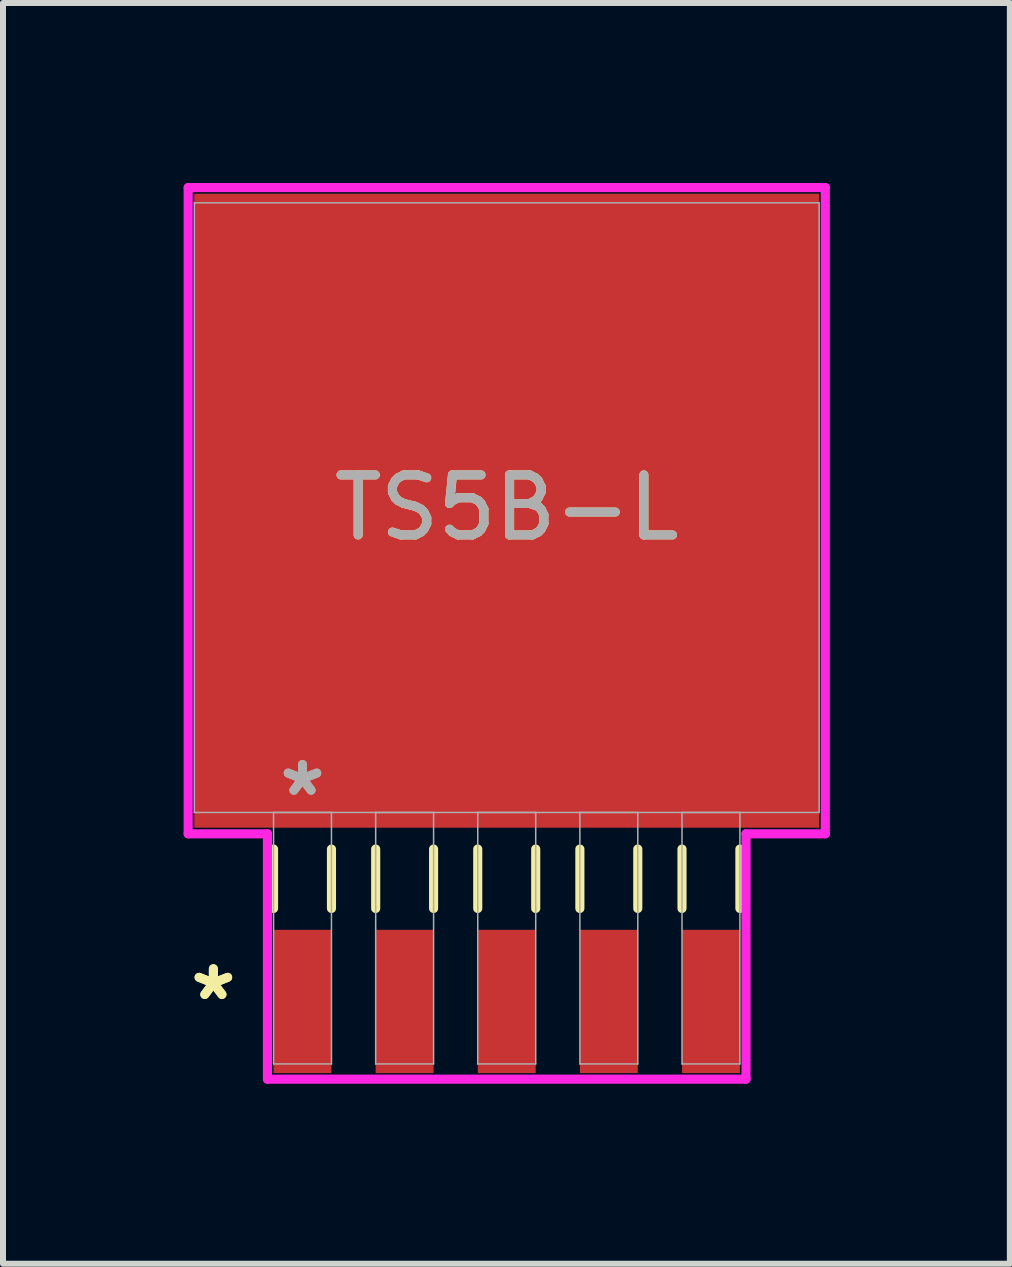
<source format=kicad_pcb>
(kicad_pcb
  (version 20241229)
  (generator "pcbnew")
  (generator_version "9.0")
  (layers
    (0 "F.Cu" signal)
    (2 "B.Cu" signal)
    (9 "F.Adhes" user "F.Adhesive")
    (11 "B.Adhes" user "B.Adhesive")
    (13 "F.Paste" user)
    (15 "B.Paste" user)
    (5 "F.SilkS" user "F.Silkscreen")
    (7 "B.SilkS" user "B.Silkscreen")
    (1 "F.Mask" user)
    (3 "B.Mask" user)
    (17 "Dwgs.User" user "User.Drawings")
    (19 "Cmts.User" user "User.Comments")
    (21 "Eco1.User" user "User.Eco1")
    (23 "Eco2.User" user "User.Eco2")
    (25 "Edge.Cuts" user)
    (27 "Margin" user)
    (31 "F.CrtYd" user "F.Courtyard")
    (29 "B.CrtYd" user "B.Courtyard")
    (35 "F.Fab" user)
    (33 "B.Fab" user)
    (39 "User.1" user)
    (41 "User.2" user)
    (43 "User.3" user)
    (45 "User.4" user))
  (footprint "TS5B-L"
    (layer "F.Cu")
    (at 5.395 5.41)
    (property "Reference" "TS5B-L" (at 0 0 0) (unlocked yes) (layer "F.SilkS") (effects (font (size 1 1) (thickness 0.15))))
    (attr smd)
    (fp_line (start -3.886 5.69) (end -3.886 6.68) (stroke (width 0.152) (type solid)) (layer "F.SilkS"))
    (fp_line (start -2.921 5.69) (end -2.921 6.68) (stroke (width 0.152) (type solid)) (layer "F.SilkS"))
    (fp_line (start -2.184 5.69) (end -2.184 6.68) (stroke (width 0.152) (type solid)) (layer "F.SilkS"))
    (fp_line (start -1.219 5.69) (end -1.219 6.68) (stroke (width 0.152) (type solid)) (layer "F.SilkS"))
    (fp_line (start -0.483 5.69) (end -0.483 6.68) (stroke (width 0.152) (type solid)) (layer "F.SilkS"))
    (fp_line (start 0.483 5.69) (end 0.483 6.68) (stroke (width 0.152) (type solid)) (layer "F.SilkS"))
    (fp_line (start 1.219 5.69) (end 1.219 6.68) (stroke (width 0.152) (type solid)) (layer "F.SilkS"))
    (fp_line (start 2.184 5.69) (end 2.184 6.68) (stroke (width 0.152) (type solid)) (layer "F.SilkS"))
    (fp_line (start 2.921 5.69) (end 2.921 6.68) (stroke (width 0.152) (type solid)) (layer "F.SilkS"))
    (fp_line (start 3.886 5.69) (end 3.886 6.68) (stroke (width 0.152) (type solid)) (layer "F.SilkS"))
    (fp_line (start -5.309 -5.334) (end 5.309 -5.334) (stroke (width 0.152) (type solid)) (layer "F.CrtYd"))
    (fp_line (start -5.309 5.436) (end -5.309 -5.334) (stroke (width 0.152) (type solid)) (layer "F.CrtYd"))
    (fp_line (start -3.988 5.436) (end -5.309 5.436) (stroke (width 0.152) (type solid)) (layer "F.CrtYd"))
    (fp_line (start -3.988 9.525) (end -3.988 5.436) (stroke (width 0.152) (type solid)) (layer "F.CrtYd"))
    (fp_line (start 3.988 5.436) (end 3.988 9.525) (stroke (width 0.152) (type solid)) (layer "F.CrtYd"))
    (fp_line (start 3.988 9.525) (end -3.988 9.525) (stroke (width 0.152) (type solid)) (layer "F.CrtYd"))
    (fp_line (start 5.309 -5.334) (end 5.309 5.436) (stroke (width 0.152) (type solid)) (layer "F.CrtYd"))
    (fp_line (start 5.309 5.436) (end 3.988 5.436) (stroke (width 0.152) (type solid)) (layer "F.CrtYd"))
    (fp_line (start -5.207 -5.08) (end -5.207 5.08) (stroke (width 0.025) (type solid)) (layer "F.Fab"))
    (fp_line (start -5.207 5.08) (end 5.207 5.08) (stroke (width 0.025) (type solid)) (layer "F.Fab"))
    (fp_line (start -3.886 5.08) (end -3.886 9.271) (stroke (width 0.025) (type solid)) (layer "F.Fab"))
    (fp_line (start -3.886 9.271) (end -2.921 9.271) (stroke (width 0.025) (type solid)) (layer "F.Fab"))
    (fp_line (start -2.921 5.08) (end -3.886 5.08) (stroke (width 0.025) (type solid)) (layer "F.Fab"))
    (fp_line (start -2.921 9.271) (end -2.921 5.08) (stroke (width 0.025) (type solid)) (layer "F.Fab"))
    (fp_line (start -2.184 5.08) (end -2.184 9.271) (stroke (width 0.025) (type solid)) (layer "F.Fab"))
    (fp_line (start -2.184 9.271) (end -1.219 9.271) (stroke (width 0.025) (type solid)) (layer "F.Fab"))
    (fp_line (start -1.219 5.08) (end -2.184 5.08) (stroke (width 0.025) (type solid)) (layer "F.Fab"))
    (fp_line (start -1.219 9.271) (end -1.219 5.08) (stroke (width 0.025) (type solid)) (layer "F.Fab"))
    (fp_line (start -0.483 5.08) (end -0.483 9.271) (stroke (width 0.025) (type solid)) (layer "F.Fab"))
    (fp_line (start -0.483 9.271) (end 0.483 9.271) (stroke (width 0.025) (type solid)) (layer "F.Fab"))
    (fp_line (start 0.483 5.08) (end -0.483 5.08) (stroke (width 0.025) (type solid)) (layer "F.Fab"))
    (fp_line (start 0.483 9.271) (end 0.483 5.08) (stroke (width 0.025) (type solid)) (layer "F.Fab"))
    (fp_line (start 1.219 5.08) (end 1.219 9.271) (stroke (width 0.025) (type solid)) (layer "F.Fab"))
    (fp_line (start 1.219 9.271) (end 2.184 9.271) (stroke (width 0.025) (type solid)) (layer "F.Fab"))
    (fp_line (start 2.184 5.08) (end 1.219 5.08) (stroke (width 0.025) (type solid)) (layer "F.Fab"))
    (fp_line (start 2.184 9.271) (end 2.184 5.08) (stroke (width 0.025) (type solid)) (layer "F.Fab"))
    (fp_line (start 2.921 5.08) (end 2.921 9.271) (stroke (width 0.025) (type solid)) (layer "F.Fab"))
    (fp_line (start 2.921 9.271) (end 3.886 9.271) (stroke (width 0.025) (type solid)) (layer "F.Fab"))
    (fp_line (start 3.886 5.08) (end 2.921 5.08) (stroke (width 0.025) (type solid)) (layer "F.Fab"))
    (fp_line (start 3.886 9.271) (end 3.886 5.08) (stroke (width 0.025) (type solid)) (layer "F.Fab"))
    (fp_line (start 5.207 -5.08) (end -5.207 -5.08) (stroke (width 0.025) (type solid)) (layer "F.Fab"))
    (fp_line (start 5.207 5.08) (end 5.207 -5.08) (stroke (width 0.025) (type solid)) (layer "F.Fab"))
    (fp_text user "*" (at -4.889 8.23 0) (unlocked yes) (layer "F.SilkS") (effects (font (size 1 1) (thickness 0.15))))
    (fp_text user "*" (at -4.889 8.23 0) (layer "F.SilkS") (effects (font (size 1 1) (thickness 0.15))))
    (fp_text user "*" (at -3.404 4.826 0) (layer "F.Fab") (effects (font (size 1 1) (thickness 0.15))))
    (fp_text user "${REFERENCE}" (at 0 0 0) (unlocked yes) (layer "F.Fab") (effects (font (size 1 1) (thickness 0.15))))
    (fp_text user "*" (at -3.404 4.826 0) (unlocked yes) (layer "F.Fab") (effects (font (size 1 1) (thickness 0.15))))
    (pad "1" smd rect (at -3.404 8.23) (size 0.965 2.388) (layers "F.Cu" "F.Mask" "F.Paste"))
    (pad "2" smd rect (at -1.702 8.23) (size 0.965 2.388) (layers "F.Cu" "F.Mask" "F.Paste"))
    (pad "3" smd rect (at 0 8.23) (size 0.965 2.388) (layers "F.Cu" "F.Mask" "F.Paste"))
    (pad "4" smd rect (at 1.702 8.23) (size 0.965 2.388) (layers "F.Cu" "F.Mask" "F.Paste"))
    (pad "5" smd rect (at 3.404 8.23) (size 0.965 2.388) (layers "F.Cu" "F.Mask" "F.Paste"))
    (pad "6" smd rect (at 0 0.051) (size 10.414 10.566) (layers "F.Cu" "F.Mask" "F.Paste")))
  (gr_rect
    (start -3 -3)
    (end 13.78 18.011)
    (stroke (width 0.1) (type default))
    (fill no)
    (layer "Edge.Cuts")))
</source>
